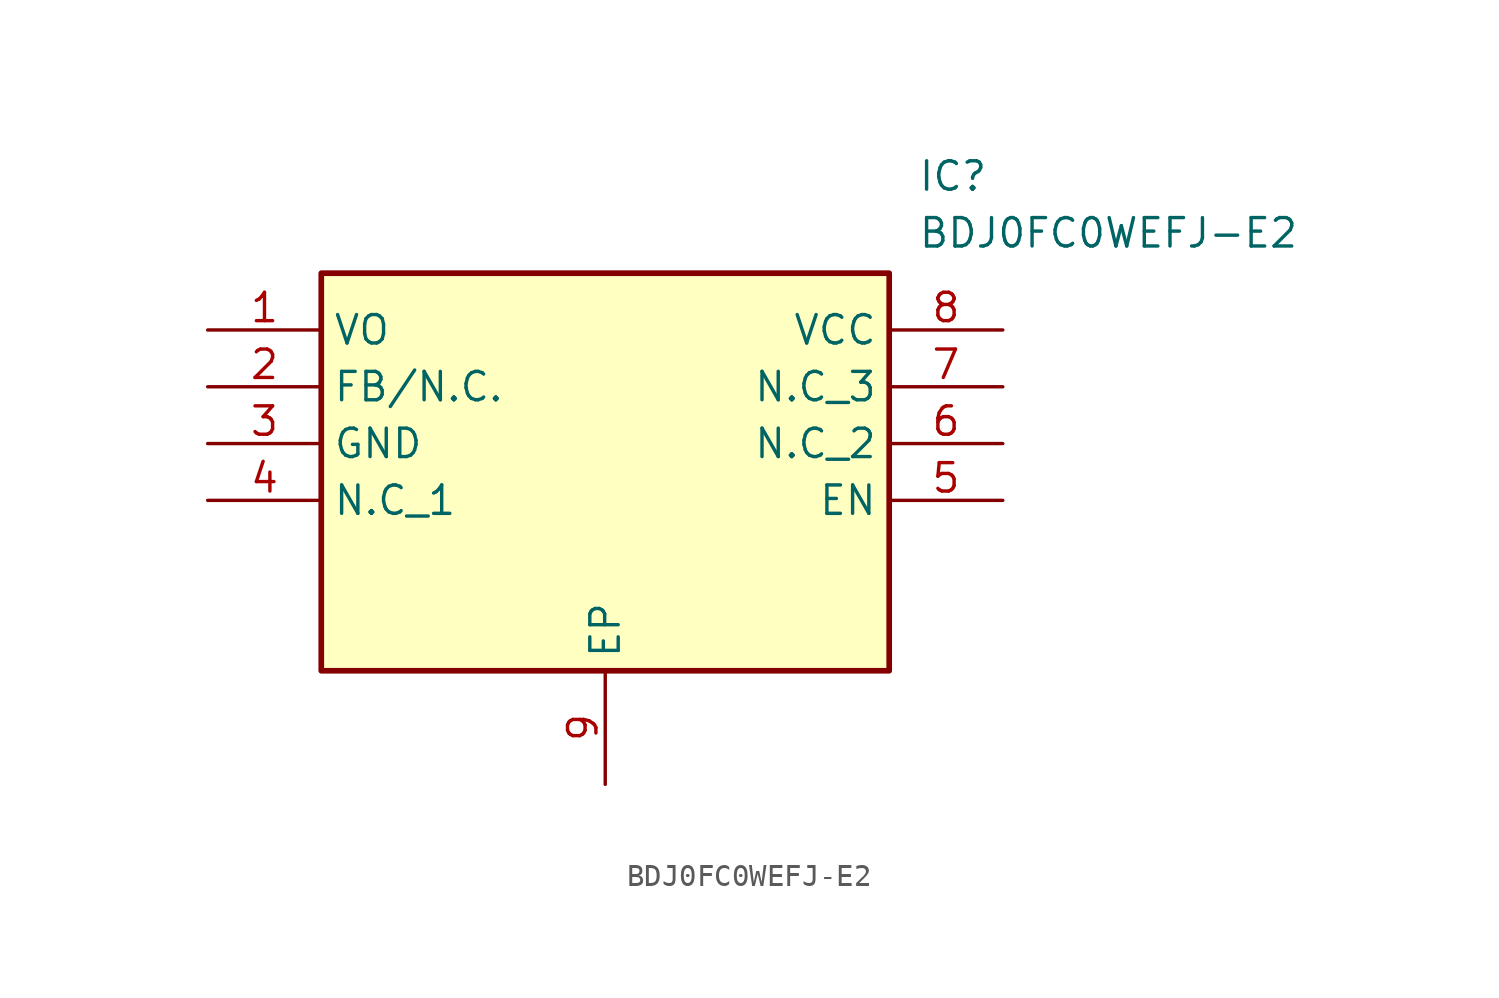
<source format=kicad_sym>
(kicad_symbol_lib
  (version 20211014)
  (generator SamacSys_ECAD_Model)
  (symbol "BDJ0FC0WEFJ-E2"
    (property "Reference" "IC"
      (at 31.75 7.62 0)
      (effects (font (size 1.27 1.27)) (justify left top)))
    (property "Value" "BDJ0FC0WEFJ-E2"
      (at 31.75 5.08 0)
      (effects (font (size 1.27 1.27)) (justify left top)))
    (rectangle
      (start 5.08 2.54)
      (end 30.48 -15.24)
      (stroke (width 0.254) (type default))
      (fill (type background)))
    (pin passive line
      (at 0 0 0)
      (length 5.08)
      (name "VO" (effects (font (size 1.27 1.27))))
      (number "1" (effects (font (size 1.27 1.27)))))
    (pin passive line
      (at 0 -2.54 0)
      (length 5.08)
      (name "FB/N.C." (effects (font (size 1.27 1.27))))
      (number "2" (effects (font (size 1.27 1.27)))))
    (pin passive line
      (at 0 -5.08 0)
      (length 5.08)
      (name "GND" (effects (font (size 1.27 1.27))))
      (number "3" (effects (font (size 1.27 1.27)))))
    (pin passive line
      (at 0 -7.62 0)
      (length 5.08)
      (name "N.C_1" (effects (font (size 1.27 1.27))))
      (number "4" (effects (font (size 1.27 1.27)))))
    (pin passive line
      (at 17.78 -20.32 90)
      (length 5.08)
      (name "EP" (effects (font (size 1.27 1.27))))
      (number "9" (effects (font (size 1.27 1.27)))))
    (pin passive line
      (at 35.56 0 180)
      (length 5.08)
      (name "VCC" (effects (font (size 1.27 1.27))))
      (number "8" (effects (font (size 1.27 1.27)))))
    (pin passive line
      (at 35.56 -2.54 180)
      (length 5.08)
      (name "N.C_3" (effects (font (size 1.27 1.27))))
      (number "7" (effects (font (size 1.27 1.27)))))
    (pin passive line
      (at 35.56 -5.08 180)
      (length 5.08)
      (name "N.C_2" (effects (font (size 1.27 1.27))))
      (number "6" (effects (font (size 1.27 1.27)))))
    (pin passive line
      (at 35.56 -7.62 180)
      (length 5.08)
      (name "EN" (effects (font (size 1.27 1.27))))
      (number "5" (effects (font (size 1.27 1.27)))))))
</source>
